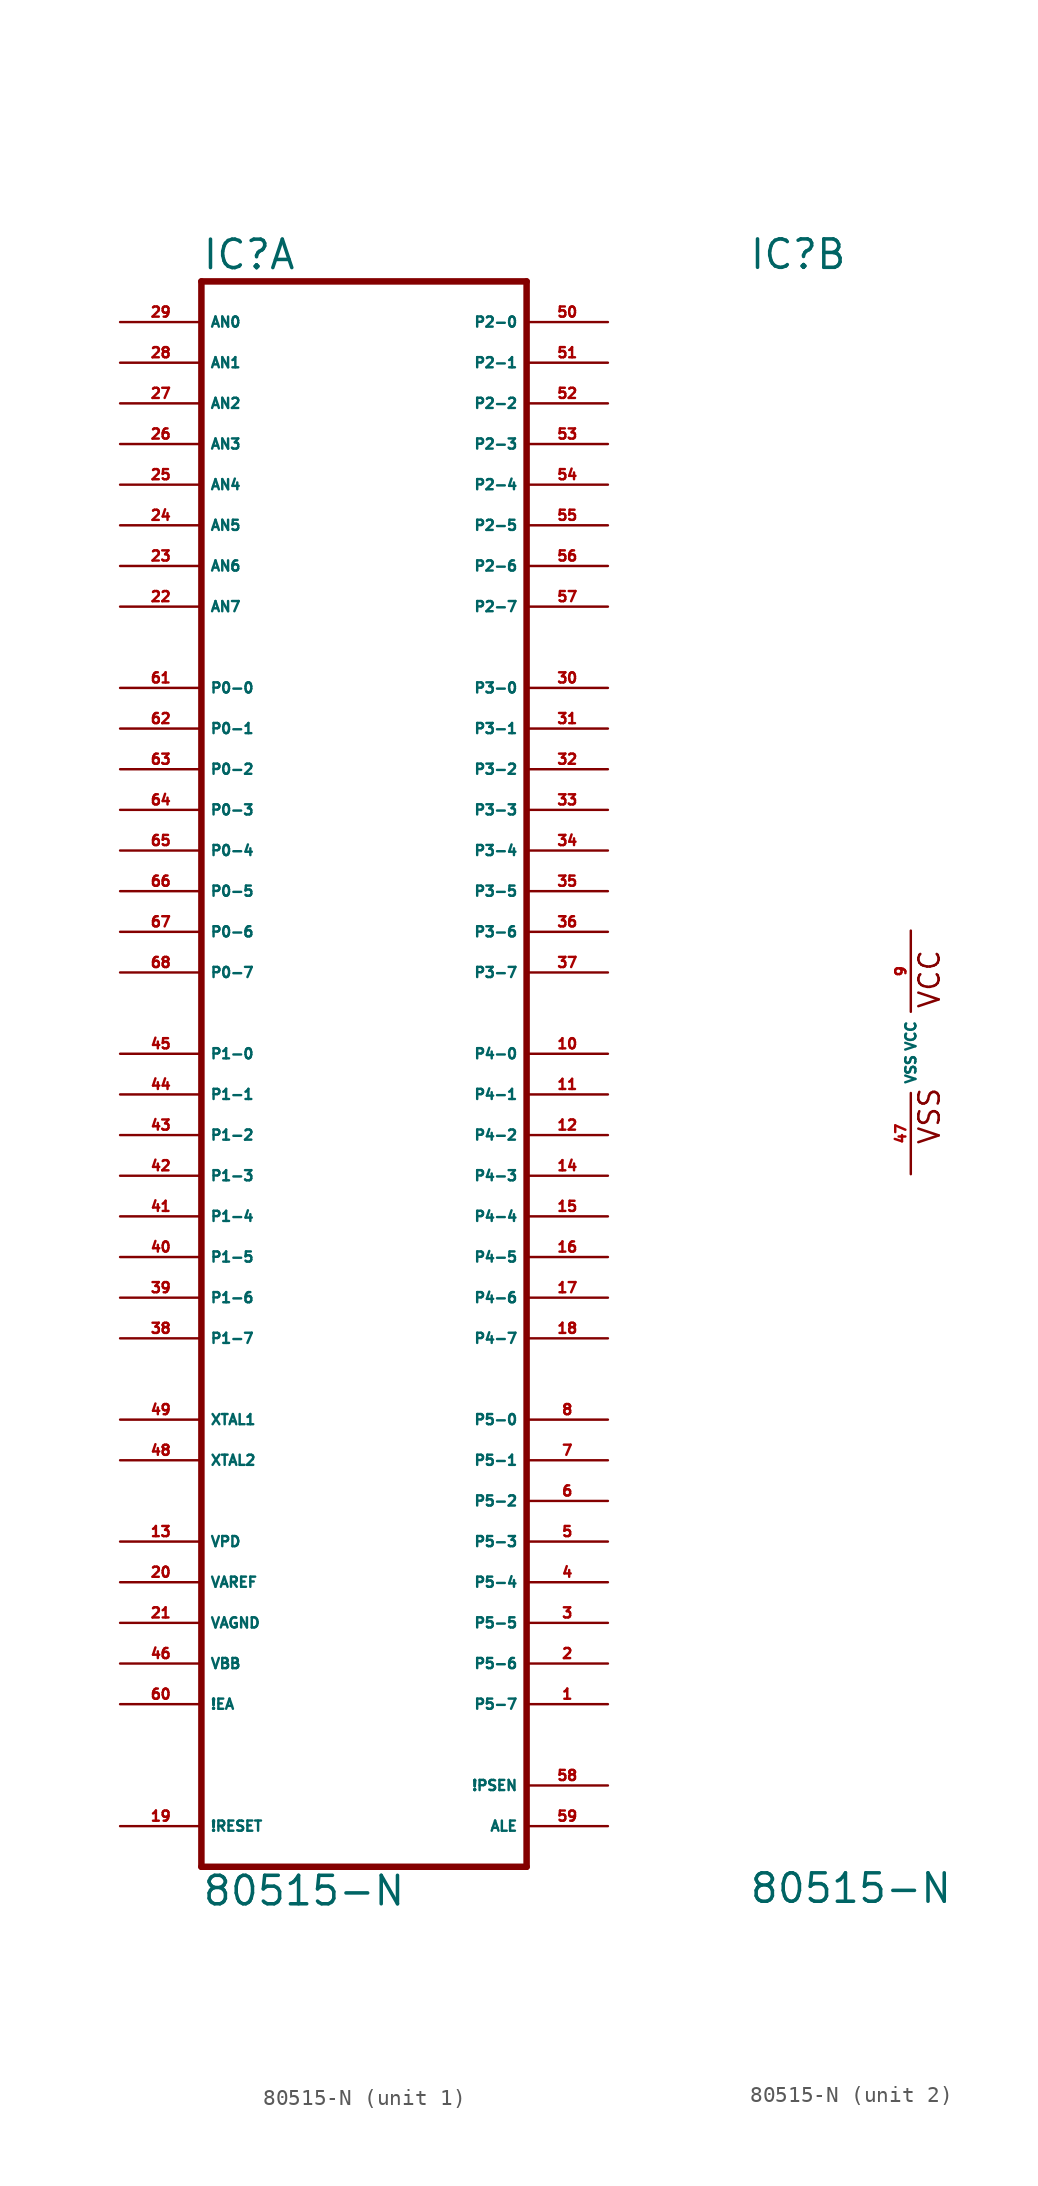
<source format=kicad_sym>
(kicad_symbol_lib
  (version 20220914)
  (generator Eagle2Kicad)
  (symbol "80515-N"
    (property "Reference" "IC"
      (at -10.16 48.895 0)
      (effects (font (size 1.778 1.778) (thickness 0.22)) (justify left bottom)))
    (property "Value" "80515-N"
      (at -10.16 -53.34 0)
      (effects (font (size 1.778 1.778) (thickness 0.22)) (justify left bottom)))
    (symbol "80515-N_1_0"
      (polyline (pts (xy -10.16 -50.8) (xy 10.16 -50.8)) (stroke (width 0.406) (type default)) (fill (type none)))
      (polyline (pts (xy 10.16 -50.8) (xy 10.16 48.26)) (stroke (width 0.406) (type default)) (fill (type none)))
      (polyline (pts (xy 10.16 48.26) (xy -10.16 48.26)) (stroke (width 0.406) (type default)) (fill (type none)))
      (polyline (pts (xy -10.16 48.26) (xy -10.16 -50.8)) (stroke (width 0.406) (type default)) (fill (type none)))
      (pin input line (at -15.24 45.72 0) (length 5.08) (name "AN0" (effects (font (size 0.635 0.635) (thickness 0.08)) (justify left bottom))) (number "29" (effects (font (size 0.635 0.635) (thickness 0.08)) (justify left bottom))))
      (pin input line (at -15.24 43.18 0) (length 5.08) (name "AN1" (effects (font (size 0.635 0.635) (thickness 0.08)) (justify left bottom))) (number "28" (effects (font (size 0.635 0.635) (thickness 0.08)) (justify left bottom))))
      (pin input line (at -15.24 40.64 0) (length 5.08) (name "AN2" (effects (font (size 0.635 0.635) (thickness 0.08)) (justify left bottom))) (number "27" (effects (font (size 0.635 0.635) (thickness 0.08)) (justify left bottom))))
      (pin input line (at -15.24 38.1 0) (length 5.08) (name "AN3" (effects (font (size 0.635 0.635) (thickness 0.08)) (justify left bottom))) (number "26" (effects (font (size 0.635 0.635) (thickness 0.08)) (justify left bottom))))
      (pin input line (at -15.24 35.56 0) (length 5.08) (name "AN4" (effects (font (size 0.635 0.635) (thickness 0.08)) (justify left bottom))) (number "25" (effects (font (size 0.635 0.635) (thickness 0.08)) (justify left bottom))))
      (pin input line (at -15.24 33.02 0) (length 5.08) (name "AN5" (effects (font (size 0.635 0.635) (thickness 0.08)) (justify left bottom))) (number "24" (effects (font (size 0.635 0.635) (thickness 0.08)) (justify left bottom))))
      (pin input line (at -15.24 30.48 0) (length 5.08) (name "AN6" (effects (font (size 0.635 0.635) (thickness 0.08)) (justify left bottom))) (number "23" (effects (font (size 0.635 0.635) (thickness 0.08)) (justify left bottom))))
      (pin input line (at -15.24 27.94 0) (length 5.08) (name "AN7" (effects (font (size 0.635 0.635) (thickness 0.08)) (justify left bottom))) (number "22" (effects (font (size 0.635 0.635) (thickness 0.08)) (justify left bottom))))
      (pin bidirectional line (at -15.24 22.86 0) (length 5.08) (name "P0-0" (effects (font (size 0.635 0.635) (thickness 0.08)) (justify left bottom))) (number "61" (effects (font (size 0.635 0.635) (thickness 0.08)) (justify left bottom))))
      (pin bidirectional line (at -15.24 20.32 0) (length 5.08) (name "P0-1" (effects (font (size 0.635 0.635) (thickness 0.08)) (justify left bottom))) (number "62" (effects (font (size 0.635 0.635) (thickness 0.08)) (justify left bottom))))
      (pin bidirectional line (at -15.24 17.78 0) (length 5.08) (name "P0-2" (effects (font (size 0.635 0.635) (thickness 0.08)) (justify left bottom))) (number "63" (effects (font (size 0.635 0.635) (thickness 0.08)) (justify left bottom))))
      (pin bidirectional line (at -15.24 15.24 0) (length 5.08) (name "P0-3" (effects (font (size 0.635 0.635) (thickness 0.08)) (justify left bottom))) (number "64" (effects (font (size 0.635 0.635) (thickness 0.08)) (justify left bottom))))
      (pin bidirectional line (at -15.24 12.7 0) (length 5.08) (name "P0-4" (effects (font (size 0.635 0.635) (thickness 0.08)) (justify left bottom))) (number "65" (effects (font (size 0.635 0.635) (thickness 0.08)) (justify left bottom))))
      (pin bidirectional line (at -15.24 10.16 0) (length 5.08) (name "P0-5" (effects (font (size 0.635 0.635) (thickness 0.08)) (justify left bottom))) (number "66" (effects (font (size 0.635 0.635) (thickness 0.08)) (justify left bottom))))
      (pin bidirectional line (at -15.24 7.62 0) (length 5.08) (name "P0-6" (effects (font (size 0.635 0.635) (thickness 0.08)) (justify left bottom))) (number "67" (effects (font (size 0.635 0.635) (thickness 0.08)) (justify left bottom))))
      (pin bidirectional line (at -15.24 5.08 0) (length 5.08) (name "P0-7" (effects (font (size 0.635 0.635) (thickness 0.08)) (justify left bottom))) (number "68" (effects (font (size 0.635 0.635) (thickness 0.08)) (justify left bottom))))
      (pin bidirectional line (at -15.24 0 0) (length 5.08) (name "P1-0" (effects (font (size 0.635 0.635) (thickness 0.08)) (justify left bottom))) (number "45" (effects (font (size 0.635 0.635) (thickness 0.08)) (justify left bottom))))
      (pin bidirectional line (at -15.24 -2.54 0) (length 5.08) (name "P1-1" (effects (font (size 0.635 0.635) (thickness 0.08)) (justify left bottom))) (number "44" (effects (font (size 0.635 0.635) (thickness 0.08)) (justify left bottom))))
      (pin bidirectional line (at -15.24 -5.08 0) (length 5.08) (name "P1-2" (effects (font (size 0.635 0.635) (thickness 0.08)) (justify left bottom))) (number "43" (effects (font (size 0.635 0.635) (thickness 0.08)) (justify left bottom))))
      (pin bidirectional line (at -15.24 -7.62 0) (length 5.08) (name "P1-3" (effects (font (size 0.635 0.635) (thickness 0.08)) (justify left bottom))) (number "42" (effects (font (size 0.635 0.635) (thickness 0.08)) (justify left bottom))))
      (pin bidirectional line (at -15.24 -10.16 0) (length 5.08) (name "P1-4" (effects (font (size 0.635 0.635) (thickness 0.08)) (justify left bottom))) (number "41" (effects (font (size 0.635 0.635) (thickness 0.08)) (justify left bottom))))
      (pin bidirectional line (at -15.24 -12.7 0) (length 5.08) (name "P1-5" (effects (font (size 0.635 0.635) (thickness 0.08)) (justify left bottom))) (number "40" (effects (font (size 0.635 0.635) (thickness 0.08)) (justify left bottom))))
      (pin bidirectional line (at -15.24 -15.24 0) (length 5.08) (name "P1-6" (effects (font (size 0.635 0.635) (thickness 0.08)) (justify left bottom))) (number "39" (effects (font (size 0.635 0.635) (thickness 0.08)) (justify left bottom))))
      (pin bidirectional line (at -15.24 -17.78 0) (length 5.08) (name "P1-7" (effects (font (size 0.635 0.635) (thickness 0.08)) (justify left bottom))) (number "38" (effects (font (size 0.635 0.635) (thickness 0.08)) (justify left bottom))))
      (pin bidirectional line (at 15.24 45.72 180) (length 5.08) (name "P2-0" (effects (font (size 0.635 0.635) (thickness 0.08)) (justify left bottom))) (number "50" (effects (font (size 0.635 0.635) (thickness 0.08)) (justify left bottom))))
      (pin bidirectional line (at 15.24 43.18 180) (length 5.08) (name "P2-1" (effects (font (size 0.635 0.635) (thickness 0.08)) (justify left bottom))) (number "51" (effects (font (size 0.635 0.635) (thickness 0.08)) (justify left bottom))))
      (pin bidirectional line (at 15.24 40.64 180) (length 5.08) (name "P2-2" (effects (font (size 0.635 0.635) (thickness 0.08)) (justify left bottom))) (number "52" (effects (font (size 0.635 0.635) (thickness 0.08)) (justify left bottom))))
      (pin bidirectional line (at 15.24 38.1 180) (length 5.08) (name "P2-3" (effects (font (size 0.635 0.635) (thickness 0.08)) (justify left bottom))) (number "53" (effects (font (size 0.635 0.635) (thickness 0.08)) (justify left bottom))))
      (pin bidirectional line (at 15.24 35.56 180) (length 5.08) (name "P2-4" (effects (font (size 0.635 0.635) (thickness 0.08)) (justify left bottom))) (number "54" (effects (font (size 0.635 0.635) (thickness 0.08)) (justify left bottom))))
      (pin bidirectional line (at 15.24 33.02 180) (length 5.08) (name "P2-5" (effects (font (size 0.635 0.635) (thickness 0.08)) (justify left bottom))) (number "55" (effects (font (size 0.635 0.635) (thickness 0.08)) (justify left bottom))))
      (pin bidirectional line (at 15.24 30.48 180) (length 5.08) (name "P2-6" (effects (font (size 0.635 0.635) (thickness 0.08)) (justify left bottom))) (number "56" (effects (font (size 0.635 0.635) (thickness 0.08)) (justify left bottom))))
      (pin bidirectional line (at 15.24 27.94 180) (length 5.08) (name "P2-7" (effects (font (size 0.635 0.635) (thickness 0.08)) (justify left bottom))) (number "57" (effects (font (size 0.635 0.635) (thickness 0.08)) (justify left bottom))))
      (pin bidirectional line (at 15.24 22.86 180) (length 5.08) (name "P3-0" (effects (font (size 0.635 0.635) (thickness 0.08)) (justify left bottom))) (number "30" (effects (font (size 0.635 0.635) (thickness 0.08)) (justify left bottom))))
      (pin bidirectional line (at 15.24 20.32 180) (length 5.08) (name "P3-1" (effects (font (size 0.635 0.635) (thickness 0.08)) (justify left bottom))) (number "31" (effects (font (size 0.635 0.635) (thickness 0.08)) (justify left bottom))))
      (pin bidirectional line (at 15.24 17.78 180) (length 5.08) (name "P3-2" (effects (font (size 0.635 0.635) (thickness 0.08)) (justify left bottom))) (number "32" (effects (font (size 0.635 0.635) (thickness 0.08)) (justify left bottom))))
      (pin bidirectional line (at 15.24 15.24 180) (length 5.08) (name "P3-3" (effects (font (size 0.635 0.635) (thickness 0.08)) (justify left bottom))) (number "33" (effects (font (size 0.635 0.635) (thickness 0.08)) (justify left bottom))))
      (pin bidirectional line (at 15.24 12.7 180) (length 5.08) (name "P3-4" (effects (font (size 0.635 0.635) (thickness 0.08)) (justify left bottom))) (number "34" (effects (font (size 0.635 0.635) (thickness 0.08)) (justify left bottom))))
      (pin bidirectional line (at 15.24 10.16 180) (length 5.08) (name "P3-5" (effects (font (size 0.635 0.635) (thickness 0.08)) (justify left bottom))) (number "35" (effects (font (size 0.635 0.635) (thickness 0.08)) (justify left bottom))))
      (pin bidirectional line (at 15.24 7.62 180) (length 5.08) (name "P3-6" (effects (font (size 0.635 0.635) (thickness 0.08)) (justify left bottom))) (number "36" (effects (font (size 0.635 0.635) (thickness 0.08)) (justify left bottom))))
      (pin bidirectional line (at 15.24 5.08 180) (length 5.08) (name "P3-7" (effects (font (size 0.635 0.635) (thickness 0.08)) (justify left bottom))) (number "37" (effects (font (size 0.635 0.635) (thickness 0.08)) (justify left bottom))))
      (pin bidirectional line (at 15.24 0 180) (length 5.08) (name "P4-0" (effects (font (size 0.635 0.635) (thickness 0.08)) (justify left bottom))) (number "10" (effects (font (size 0.635 0.635) (thickness 0.08)) (justify left bottom))))
      (pin bidirectional line (at 15.24 -2.54 180) (length 5.08) (name "P4-1" (effects (font (size 0.635 0.635) (thickness 0.08)) (justify left bottom))) (number "11" (effects (font (size 0.635 0.635) (thickness 0.08)) (justify left bottom))))
      (pin bidirectional line (at 15.24 -5.08 180) (length 5.08) (name "P4-2" (effects (font (size 0.635 0.635) (thickness 0.08)) (justify left bottom))) (number "12" (effects (font (size 0.635 0.635) (thickness 0.08)) (justify left bottom))))
      (pin bidirectional line (at 15.24 -7.62 180) (length 5.08) (name "P4-3" (effects (font (size 0.635 0.635) (thickness 0.08)) (justify left bottom))) (number "14" (effects (font (size 0.635 0.635) (thickness 0.08)) (justify left bottom))))
      (pin bidirectional line (at 15.24 -10.16 180) (length 5.08) (name "P4-4" (effects (font (size 0.635 0.635) (thickness 0.08)) (justify left bottom))) (number "15" (effects (font (size 0.635 0.635) (thickness 0.08)) (justify left bottom))))
      (pin bidirectional line (at 15.24 -12.7 180) (length 5.08) (name "P4-5" (effects (font (size 0.635 0.635) (thickness 0.08)) (justify left bottom))) (number "16" (effects (font (size 0.635 0.635) (thickness 0.08)) (justify left bottom))))
      (pin bidirectional line (at 15.24 -15.24 180) (length 5.08) (name "P4-6" (effects (font (size 0.635 0.635) (thickness 0.08)) (justify left bottom))) (number "17" (effects (font (size 0.635 0.635) (thickness 0.08)) (justify left bottom))))
      (pin bidirectional line (at 15.24 -17.78 180) (length 5.08) (name "P4-7" (effects (font (size 0.635 0.635) (thickness 0.08)) (justify left bottom))) (number "18" (effects (font (size 0.635 0.635) (thickness 0.08)) (justify left bottom))))
      (pin bidirectional line (at 15.24 -22.86 180) (length 5.08) (name "P5-0" (effects (font (size 0.635 0.635) (thickness 0.08)) (justify left bottom))) (number "8" (effects (font (size 0.635 0.635) (thickness 0.08)) (justify left bottom))))
      (pin bidirectional line (at 15.24 -25.4 180) (length 5.08) (name "P5-1" (effects (font (size 0.635 0.635) (thickness 0.08)) (justify left bottom))) (number "7" (effects (font (size 0.635 0.635) (thickness 0.08)) (justify left bottom))))
      (pin bidirectional line (at 15.24 -27.94 180) (length 5.08) (name "P5-2" (effects (font (size 0.635 0.635) (thickness 0.08)) (justify left bottom))) (number "6" (effects (font (size 0.635 0.635) (thickness 0.08)) (justify left bottom))))
      (pin bidirectional line (at 15.24 -30.48 180) (length 5.08) (name "P5-3" (effects (font (size 0.635 0.635) (thickness 0.08)) (justify left bottom))) (number "5" (effects (font (size 0.635 0.635) (thickness 0.08)) (justify left bottom))))
      (pin bidirectional line (at 15.24 -33.02 180) (length 5.08) (name "P5-4" (effects (font (size 0.635 0.635) (thickness 0.08)) (justify left bottom))) (number "4" (effects (font (size 0.635 0.635) (thickness 0.08)) (justify left bottom))))
      (pin bidirectional line (at 15.24 -35.56 180) (length 5.08) (name "P5-5" (effects (font (size 0.635 0.635) (thickness 0.08)) (justify left bottom))) (number "3" (effects (font (size 0.635 0.635) (thickness 0.08)) (justify left bottom))))
      (pin bidirectional line (at 15.24 -38.1 180) (length 5.08) (name "P5-6" (effects (font (size 0.635 0.635) (thickness 0.08)) (justify left bottom))) (number "2" (effects (font (size 0.635 0.635) (thickness 0.08)) (justify left bottom))))
      (pin bidirectional line (at 15.24 -40.64 180) (length 5.08) (name "P5-7" (effects (font (size 0.635 0.635) (thickness 0.08)) (justify left bottom))) (number "1" (effects (font (size 0.635 0.635) (thickness 0.08)) (justify left bottom))))
      (pin input line (at -15.24 -30.48 0) (length 5.08) (name "VPD" (effects (font (size 0.635 0.635) (thickness 0.08)) (justify left bottom))) (number "13" (effects (font (size 0.635 0.635) (thickness 0.08)) (justify left bottom))))
      (pin input line (at -15.24 -48.26 0) (length 5.08) (name "!RESET" (effects (font (size 0.635 0.635) (thickness 0.08)) (justify left bottom))) (number "19" (effects (font (size 0.635 0.635) (thickness 0.08)) (justify left bottom))))
      (pin input line (at -15.24 -35.56 0) (length 5.08) (name "VAGND" (effects (font (size 0.635 0.635) (thickness 0.08)) (justify left bottom))) (number "21" (effects (font (size 0.635 0.635) (thickness 0.08)) (justify left bottom))))
      (pin input line (at -15.24 -33.02 0) (length 5.08) (name "VAREF" (effects (font (size 0.635 0.635) (thickness 0.08)) (justify left bottom))) (number "20" (effects (font (size 0.635 0.635) (thickness 0.08)) (justify left bottom))))
      (pin passive line (at -15.24 -22.86 0) (length 5.08) (name "XTAL1" (effects (font (size 0.635 0.635) (thickness 0.08)) (justify left bottom))) (number "49" (effects (font (size 0.635 0.635) (thickness 0.08)) (justify left bottom))))
      (pin passive line (at -15.24 -25.4 0) (length 5.08) (name "XTAL2" (effects (font (size 0.635 0.635) (thickness 0.08)) (justify left bottom))) (number "48" (effects (font (size 0.635 0.635) (thickness 0.08)) (justify left bottom))))
      (pin passive line (at -15.24 -38.1 0) (length 5.08) (name "VBB" (effects (font (size 0.635 0.635) (thickness 0.08)) (justify left bottom))) (number "46" (effects (font (size 0.635 0.635) (thickness 0.08)) (justify left bottom))))
      (pin input line (at -15.24 -40.64 0) (length 5.08) (name "!EA" (effects (font (size 0.635 0.635) (thickness 0.08)) (justify left bottom))) (number "60" (effects (font (size 0.635 0.635) (thickness 0.08)) (justify left bottom))))
      (pin output line (at 15.24 -45.72 180) (length 5.08) (name "!PSEN" (effects (font (size 0.635 0.635) (thickness 0.08)) (justify left bottom))) (number "58" (effects (font (size 0.635 0.635) (thickness 0.08)) (justify left bottom))))
      (pin output line (at 15.24 -48.26 180) (length 5.08) (name "ALE" (effects (font (size 0.635 0.635) (thickness 0.08)) (justify left bottom))) (number "59" (effects (font (size 0.635 0.635) (thickness 0.08)) (justify left bottom)))))
    (symbol "80515-N_2_0"
      (text "VSS" (at 1.905 -5.842 900) (effects (font (size 1.27 1.27) (thickness 0.16)) (justify left bottom)))
      (text "VCC" (at 1.905 2.667 900) (effects (font (size 1.27 1.27) (thickness 0.16)) (justify left bottom)))
      (pin unspecified line (at 0 7.62 270) (length 5.08) (name "VCC" (effects (font (size 0.635 0.635) (thickness 0.08)) (justify left bottom))) (number "9" (effects (font (size 0.635 0.635) (thickness 0.08)) (justify left bottom))))
      (pin unspecified line (at 0 -7.62 90) (length 5.08) (name "VSS" (effects (font (size 0.635 0.635) (thickness 0.08)) (justify left bottom))) (number "47" (effects (font (size 0.635 0.635) (thickness 0.08)) (justify left bottom)))))))
</source>
